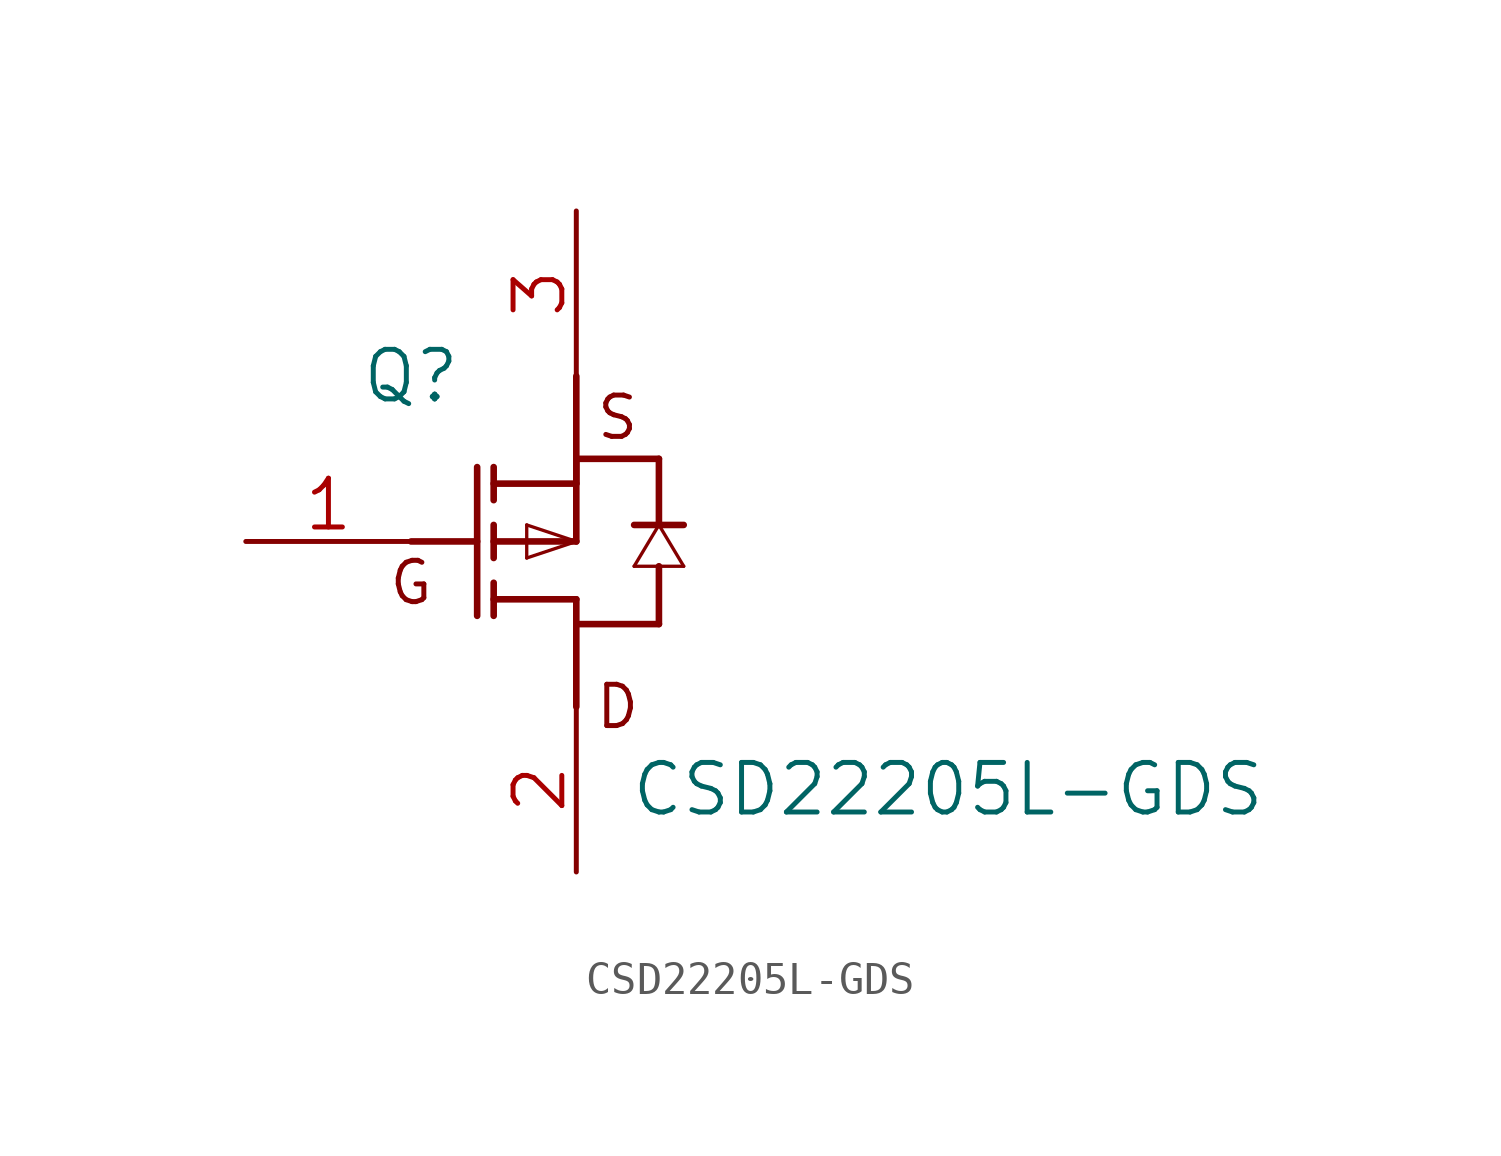
<source format=kicad_sym>
(kicad_symbol_lib
  (version 20211014)
  (generator kicad_symbol_editor)
  (symbol "CSD22205L-GDS"
    (pin_names
      (offset 0.254) hide)
    (property "Reference" "Q"
      (at -3.81 5.08 0)
      (effects (font (size 1.524 1.524))))
    (property "Value" "CSD22205L-GDS"
      (at 12.7 -7.62 0)
      (effects (font (size 1.524 1.524))))
    (property "Datasheet" ""
      (at -1.27 0 0)
      (effects (font (size 1.524 1.524))))
    (property "ki_locked" ""
      (at 0 0 0)
      (effects (font (size 1.27 1.27))))
    (symbol "CSD22205L-GDS_0_0"
      (text "D" (at 2.54 -5.08 0) (effects (font (size 1.27 1.27))))
      (text "G" (at -3.81 -1.27 0) (effects (font (size 1.27 1.27))))
      (text "S" (at 2.54 3.81 0) (effects (font (size 1.27 1.27)))))
    (symbol "CSD22205L-GDS_1_1"
      (polyline (pts (xy -3.81 0) (xy -1.778 0)) (stroke (width 0.203) (type default) (color 0 0 0 0)) (fill (type none)))
      (polyline (pts (xy -1.778 -2.286) (xy -1.778 2.286)) (stroke (width 0.203) (type default) (color 0 0 0 0)) (fill (type none)))
      (polyline (pts (xy -1.27 -2.286) (xy -1.27 -1.27)) (stroke (width 0.203) (type default) (color 0 0 0 0)) (fill (type none)))
      (polyline (pts (xy -1.27 0.508) (xy -1.27 -0.508)) (stroke (width 0.203) (type default) (color 0 0 0 0)) (fill (type none)))
      (polyline (pts (xy -1.27 2.286) (xy -1.27 1.27)) (stroke (width 0.203) (type default) (color 0 0 0 0)) (fill (type none)))
      (polyline (pts (xy -0.254 -0.508) (xy -0.254 0.508)) (stroke (width 0.102) (type default) (color 0 0 0 0)) (fill (type none)))
      (polyline (pts (xy -0.254 0.508) (xy 1.27 0)) (stroke (width 0.102) (type default) (color 0 0 0 0)) (fill (type none)))
      (polyline (pts (xy 1.27 -5.08) (xy 1.27 -2.54)) (stroke (width 0.203) (type default) (color 0 0 0 0)) (fill (type none)))
      (polyline (pts (xy 1.27 -2.54) (xy 3.81 -2.54)) (stroke (width 0.203) (type default) (color 0 0 0 0)) (fill (type none)))
      (polyline (pts (xy 1.27 -1.778) (xy -1.27 -1.778)) (stroke (width 0.203) (type default) (color 0 0 0 0)) (fill (type none)))
      (polyline (pts (xy 1.27 -1.778) (xy 1.27 -2.54)) (stroke (width 0.203) (type default) (color 0 0 0 0)) (fill (type none)))
      (polyline (pts (xy 1.27 0) (xy -1.27 0)) (stroke (width 0.203) (type default) (color 0 0 0 0)) (fill (type none)))
      (polyline (pts (xy 1.27 0) (xy -0.254 -0.508)) (stroke (width 0.102) (type default) (color 0 0 0 0)) (fill (type none)))
      (polyline (pts (xy 1.27 1.778) (xy -1.27 1.778)) (stroke (width 0.203) (type default) (color 0 0 0 0)) (fill (type none)))
      (polyline (pts (xy 1.27 1.778) (xy 1.27 2.54)) (stroke (width 0.203) (type default) (color 0 0 0 0)) (fill (type none)))
      (polyline (pts (xy 1.27 2.54) (xy 1.27 0)) (stroke (width 0.203) (type default) (color 0 0 0 0)) (fill (type none)))
      (polyline (pts (xy 1.27 2.54) (xy 3.81 2.54)) (stroke (width 0.203) (type default) (color 0 0 0 0)) (fill (type none)))
      (polyline (pts (xy 1.27 5.08) (xy 1.27 2.54)) (stroke (width 0.203) (type default) (color 0 0 0 0)) (fill (type none)))
      (polyline (pts (xy 3.048 -0.762) (xy 3.81 0.508)) (stroke (width 0.102) (type default) (color 0 0 0 0)) (fill (type none)))
      (polyline (pts (xy 3.81 -2.54) (xy 3.81 -0.762)) (stroke (width 0.203) (type default) (color 0 0 0 0)) (fill (type none)))
      (polyline (pts (xy 3.81 0.508) (xy 4.572 -0.762)) (stroke (width 0.102) (type default) (color 0 0 0 0)) (fill (type none)))
      (polyline (pts (xy 3.81 2.54) (xy 3.81 0.508)) (stroke (width 0.203) (type default) (color 0 0 0 0)) (fill (type none)))
      (polyline (pts (xy 4.572 -0.762) (xy 3.048 -0.762)) (stroke (width 0.102) (type default) (color 0 0 0 0)) (fill (type none)))
      (polyline (pts (xy 4.572 0.508) (xy 3.048 0.508)) (stroke (width 0.203) (type default) (color 0 0 0 0)) (fill (type none)))
      (pin input line (at -8.89 0 0) (length 5.08) (name "G" (effects (font (size 1.499 1.499)))) (number "1" (effects (font (size 1.499 1.499)))))
      (pin input line (at 1.27 -10.16 90) (length 5.08) (name "D" (effects (font (size 1.499 1.499)))) (number "2" (effects (font (size 1.499 1.499)))))
      (pin input line (at 1.27 10.16 270) (length 5.08) (name "S" (effects (font (size 1.499 1.499)))) (number "3" (effects (font (size 1.499 1.499))))))))
</source>
